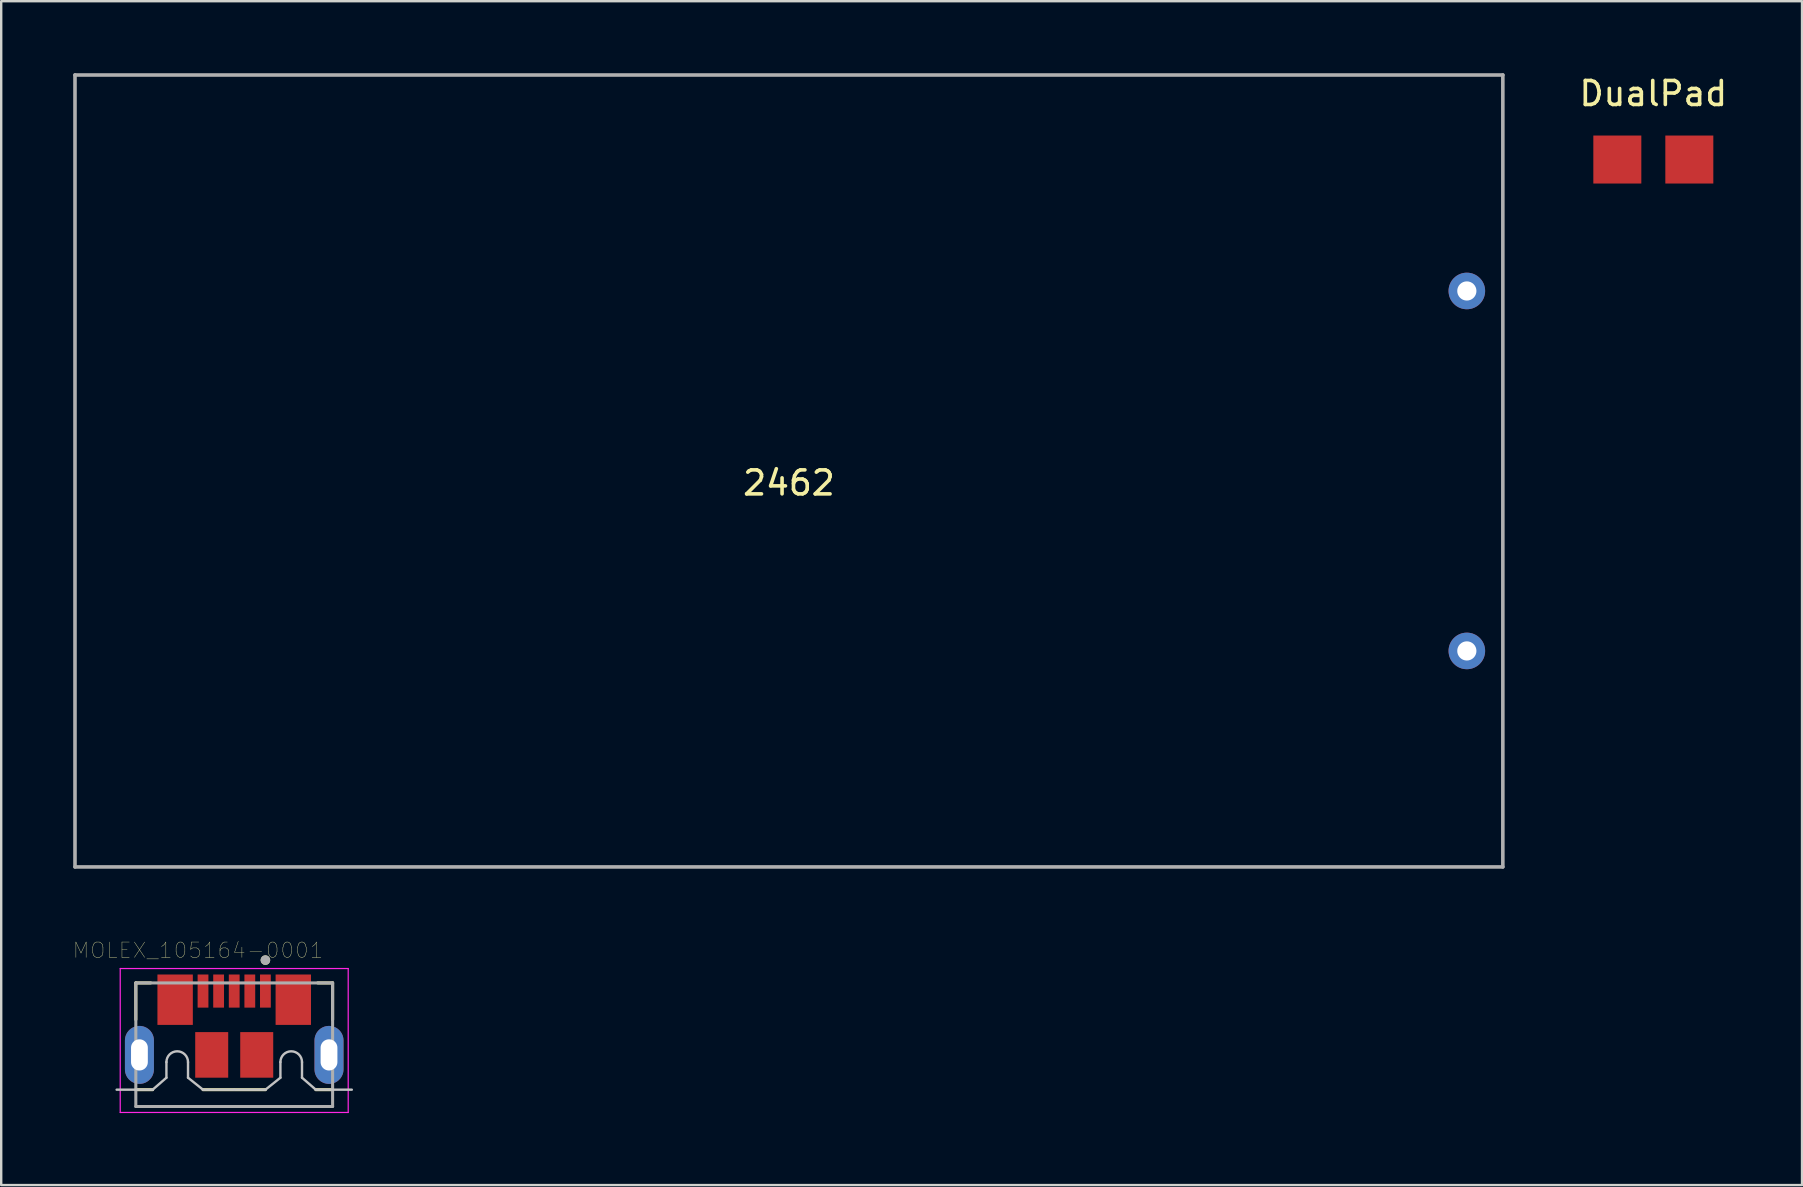
<source format=kicad_pcb>
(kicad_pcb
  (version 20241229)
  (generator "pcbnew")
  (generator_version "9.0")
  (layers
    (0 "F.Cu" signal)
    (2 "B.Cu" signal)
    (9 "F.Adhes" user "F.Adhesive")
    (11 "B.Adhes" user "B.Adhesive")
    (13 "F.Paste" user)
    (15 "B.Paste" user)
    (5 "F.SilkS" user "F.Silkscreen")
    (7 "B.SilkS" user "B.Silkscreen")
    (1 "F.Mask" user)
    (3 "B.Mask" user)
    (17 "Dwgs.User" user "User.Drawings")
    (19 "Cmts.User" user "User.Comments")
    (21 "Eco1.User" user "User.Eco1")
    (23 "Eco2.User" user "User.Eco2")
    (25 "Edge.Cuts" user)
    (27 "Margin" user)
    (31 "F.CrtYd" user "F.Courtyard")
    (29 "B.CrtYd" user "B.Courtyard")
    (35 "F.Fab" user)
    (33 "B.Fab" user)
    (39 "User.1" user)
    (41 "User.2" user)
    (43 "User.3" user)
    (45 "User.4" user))
  (footprint "2462"
    (layer "F.Cu")
    (at 29.825 16.575)
    (property "Reference" "2462" (at 0 0.5 0) (layer "F.SilkS") (effects (font (size 1 1) (thickness 0.15))))
    (attr through_hole)
    (fp_line (start -29.75 -16.5) (end -29.75 16.5) (stroke (width 0.15) (type solid)) (layer "F.Fab"))
    (fp_line (start -29.75 -16.5) (end 29.75 -16.5) (stroke (width 0.15) (type solid)) (layer "F.Fab"))
    (fp_line (start -29.75 16.5) (end 29.75 16.5) (stroke (width 0.15) (type solid)) (layer "F.Fab"))
    (fp_line (start 29.75 -16.5) (end 29.75 16.5) (stroke (width 0.15) (type solid)) (layer "F.Fab"))
    (pad "1" thru_hole circle (at 28.25 -7.5) (size 1.524 1.524) (drill 0.8) (layers "*.Cu" "*.Mask"))
    (pad "2" thru_hole circle (at 28.25 7.5) (size 1.524 1.524) (drill 0.8) (layers "*.Cu" "*.Mask")))
  (footprint "MOLEX_105164-0001"
    (layer "F.Cu")
    (at 6.71 42.359)
    (property "Reference" "MOLEX_105164-0001" (at -1.508 -5.808 0) (layer "F.SilkS") (effects (font (size 0.64 0.64) (thickness 0.015))))
    (attr through_hole)
    (fp_line (start -4.1 -4.45) (end -3.48 -4.45) (stroke (width 0.127) (type solid)) (layer "F.SilkS"))
    (fp_line (start -4.1 -2.92) (end -4.1 -4.45) (stroke (width 0.127) (type solid)) (layer "F.SilkS"))
    (fp_line (start -4.1 0) (end -3.4 0) (stroke (width 0.127) (type solid)) (layer "F.SilkS"))
    (fp_line (start -1.3 0) (end 1.3 0) (stroke (width 0.127) (type solid)) (layer "F.SilkS"))
    (fp_line (start 3.4 0) (end 4.1 0) (stroke (width 0.127) (type solid)) (layer "F.SilkS"))
    (fp_line (start 4.1 -4.45) (end 3.48 -4.45) (stroke (width 0.127) (type solid)) (layer "F.SilkS"))
    (fp_line (start 4.1 -2.92) (end 4.1 -4.45) (stroke (width 0.127) (type solid)) (layer "F.SilkS"))
    (fp_circle (center 1.3 -5.4) (end 1.4 -5.4) (stroke (width 0.2) (type solid)) (fill no) (layer "F.SilkS"))
    (fp_line (start -4.9 0) (end -3.4 0) (stroke (width 0.1) (type solid)) (layer "Dwgs.User"))
    (fp_line (start -3.4 0) (end -2.825 -0.5) (stroke (width 0.1) (type solid)) (layer "Dwgs.User"))
    (fp_line (start -2.825 -1.15) (end -2.825 -0.5) (stroke (width 0.1) (type solid)) (layer "Dwgs.User"))
    (fp_line (start -1.925 -1.15) (end -1.925 -0.5) (stroke (width 0.1) (type solid)) (layer "Dwgs.User"))
    (fp_line (start -1.3 0) (end -1.925 -0.5) (stroke (width 0.1) (type solid)) (layer "Dwgs.User"))
    (fp_line (start 0 0) (end -1.3 0) (stroke (width 0.1) (type solid)) (layer "Dwgs.User"))
    (fp_line (start 0 0) (end 1.3 0) (stroke (width 0.1) (type solid)) (layer "Dwgs.User"))
    (fp_line (start 1.3 0) (end 1.925 -0.5) (stroke (width 0.1) (type solid)) (layer "Dwgs.User"))
    (fp_line (start 1.925 -1.15) (end 1.925 -0.5) (stroke (width 0.1) (type solid)) (layer "Dwgs.User"))
    (fp_line (start 2.825 -1.15) (end 2.825 -0.5) (stroke (width 0.1) (type solid)) (layer "Dwgs.User"))
    (fp_line (start 3.4 0) (end 2.825 -0.5) (stroke (width 0.1) (type solid)) (layer "Dwgs.User"))
    (fp_line (start 4.9 0) (end 3.4 0) (stroke (width 0.1) (type solid)) (layer "Dwgs.User"))
    (fp_arc (start -2.825 -1.15) (mid -2.375 -1.6) (end -1.925 -1.15) (stroke (width 0.1) (type solid)) (layer "Dwgs.User"))
    (fp_arc (start 1.925 -1.15) (mid 2.375 -1.6) (end 2.825 -1.15) (stroke (width 0.1) (type solid)) (layer "Dwgs.User"))
    (fp_line (start -4.75 -5.05) (end 4.75 -5.05) (stroke (width 0.05) (type solid)) (layer "F.CrtYd"))
    (fp_line (start -4.75 0.95) (end -4.75 -5.05) (stroke (width 0.05) (type solid)) (layer "F.CrtYd"))
    (fp_line (start 4.75 -5.05) (end 4.75 0.95) (stroke (width 0.05) (type solid)) (layer "F.CrtYd"))
    (fp_line (start 4.75 0.95) (end -4.75 0.95) (stroke (width 0.05) (type solid)) (layer "F.CrtYd"))
    (fp_line (start -4.1 -4.45) (end 4.1 -4.45) (stroke (width 0.127) (type solid)) (layer "F.Fab"))
    (fp_line (start -4.1 0.7) (end -4.1 -4.45) (stroke (width 0.127) (type solid)) (layer "F.Fab"))
    (fp_line (start 4.1 -4.45) (end 4.1 0.7) (stroke (width 0.127) (type solid)) (layer "F.Fab"))
    (fp_line (start 4.1 0.7) (end -4.1 0.7) (stroke (width 0.127) (type solid)) (layer "F.Fab"))
    (fp_circle (center 1.3 -5.4) (end 1.4 -5.4) (stroke (width 0.2) (type solid)) (fill no) (layer "F.Fab"))
    (pad "1" smd rect (at 1.3 -4.11) (size 0.45 1.38) (layers "F.Cu" "F.Mask" "F.Paste"))
    (pad "2" smd rect (at 0.65 -4.11) (size 0.45 1.38) (layers "F.Cu" "F.Mask" "F.Paste"))
    (pad "3" smd rect (at 0 -4.11) (size 0.45 1.38) (layers "F.Cu" "F.Mask" "F.Paste"))
    (pad "4" smd rect (at -0.65 -4.11) (size 0.45 1.38) (layers "F.Cu" "F.Mask" "F.Paste"))
    (pad "5" smd rect (at -1.3 -4.11) (size 0.45 1.38) (layers "F.Cu" "F.Mask" "F.Paste"))
    (pad "SH1" thru_hole oval (at -3.95 -1.45) (size 1.208 2.416) (drill oval 0.7 1.3) (layers "*.Cu" "*.Mask"))
    (pad "SH2" smd rect (at -2.462 -3.75) (size 1.475 2.1) (layers "F.Cu" "F.Mask" "F.Paste"))
    (pad "SH3" smd rect (at -0.938 -1.45) (size 1.375 1.9) (layers "F.Cu" "F.Mask" "F.Paste"))
    (pad "SH4" smd rect (at 0.938 -1.45) (size 1.375 1.9) (layers "F.Cu" "F.Mask" "F.Paste"))
    (pad "SH5" smd rect (at 2.462 -3.75) (size 1.475 2.1) (layers "F.Cu" "F.Mask" "F.Paste"))
    (pad "SH6" thru_hole oval (at 3.95 -1.45) (size 1.208 2.416) (drill oval 0.7 1.3) (layers "*.Cu" "*.Mask")))
  (footprint "DualPad"
    (layer "F.Cu")
    (at 65.846 3.598)
    (property "Reference" "DualPad" (at 0 -2.75 0) (layer "F.SilkS") (effects (font (size 1 1) (thickness 0.15))))
    (attr through_hole)
    (pad "1" smd rect (at -1.5 0) (size 2 2) (layers "F.Cu" "F.Mask" "F.Paste"))
    (pad "2" smd rect (at 1.5 0) (size 2 2) (layers "F.Cu" "F.Mask" "F.Paste")))
  (gr_rect
    (start -3 -3)
    (end 72.043 46.334)
    (stroke (width 0.1) (type default))
    (fill no)
    (layer "Edge.Cuts")))
</source>
